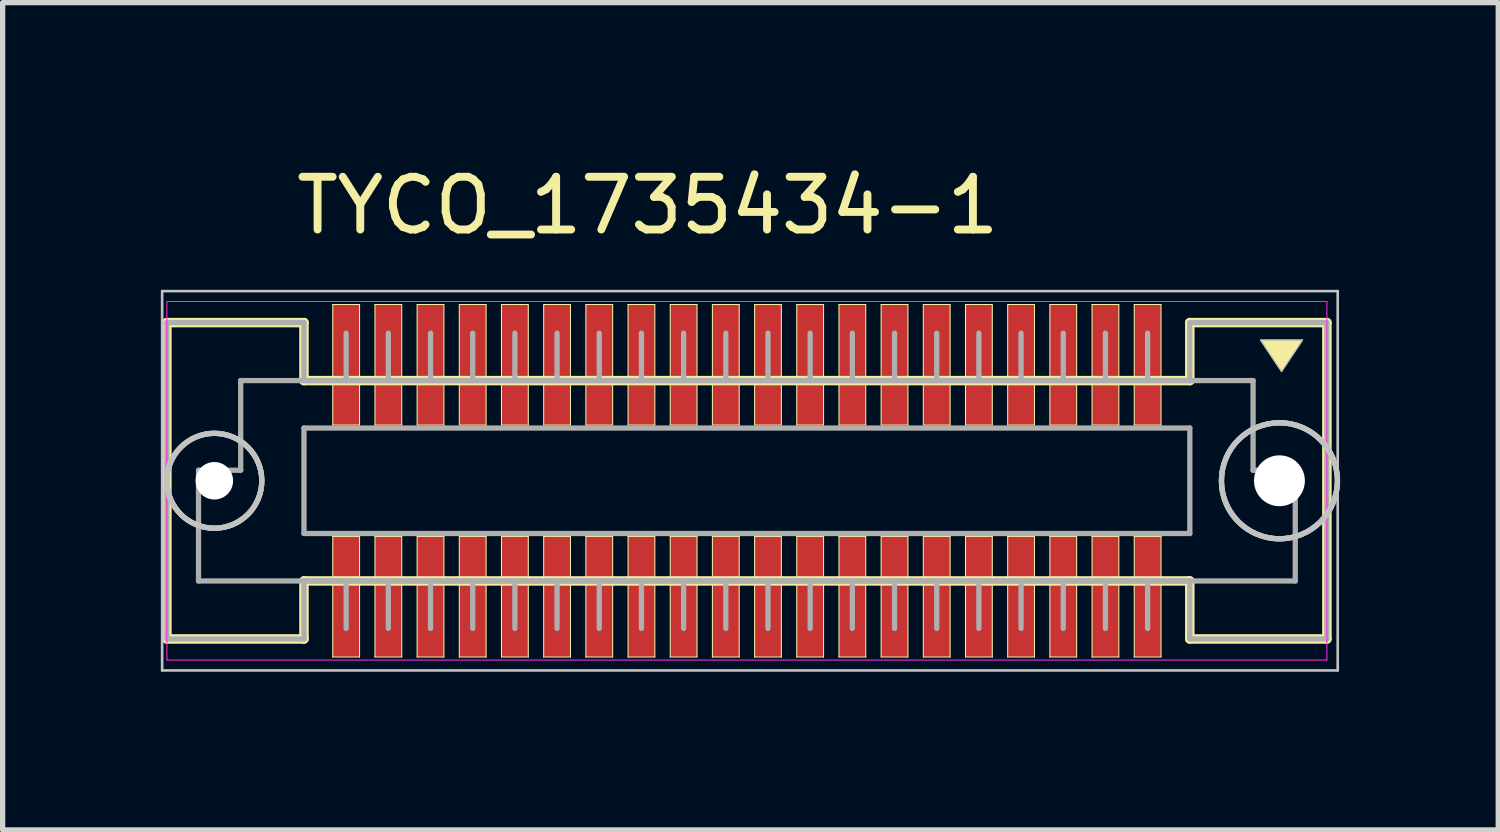
<source format=kicad_pcb>
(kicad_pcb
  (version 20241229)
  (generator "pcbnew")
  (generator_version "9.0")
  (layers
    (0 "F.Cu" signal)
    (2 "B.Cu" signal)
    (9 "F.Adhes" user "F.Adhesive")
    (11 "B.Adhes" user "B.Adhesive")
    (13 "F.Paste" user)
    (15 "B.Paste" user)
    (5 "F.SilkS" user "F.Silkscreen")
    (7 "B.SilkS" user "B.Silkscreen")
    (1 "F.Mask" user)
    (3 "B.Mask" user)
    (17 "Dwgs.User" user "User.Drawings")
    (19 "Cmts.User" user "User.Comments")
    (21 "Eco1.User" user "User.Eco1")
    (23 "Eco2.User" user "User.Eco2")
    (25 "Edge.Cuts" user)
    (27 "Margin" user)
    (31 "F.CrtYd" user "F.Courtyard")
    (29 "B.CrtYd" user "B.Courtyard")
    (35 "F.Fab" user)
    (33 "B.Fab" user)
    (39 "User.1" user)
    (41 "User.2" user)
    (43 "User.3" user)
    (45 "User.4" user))
  (footprint "TYCO_1735434-1"
    (placed yes)
    (layer "F.Cu")
    (at 11.115 6.068)
    (property "Reference" "TYCO_1735434-1" (at -1.88 -5.22 180) (layer "F.SilkS") (effects (font (size 1 1) (thickness 0.15))))
    (attr through_hole)
    (fp_line (start -11 -3) (end -8.4 -3) (stroke (width 0.18) (type solid)) (layer "F.SilkS"))
    (fp_line (start -11 3) (end -11 -3) (stroke (width 0.18) (type solid)) (layer "F.SilkS"))
    (fp_line (start -8.4 -3) (end -8.4 -1.9) (stroke (width 0.18) (type solid)) (layer "F.SilkS"))
    (fp_line (start -8.4 -1.9) (end 8.4 -1.9) (stroke (width 0.18) (type solid)) (layer "F.SilkS"))
    (fp_line (start -8.4 1.9) (end -8.4 3) (stroke (width 0.18) (type solid)) (layer "F.SilkS"))
    (fp_line (start -8.4 3) (end -11 3) (stroke (width 0.18) (type solid)) (layer "F.SilkS"))
    (fp_line (start -7.854 -3.343) (end -7.346 -3.343) (stroke (width 0.02) (type solid)) (layer "F.SilkS"))
    (fp_line (start -7.854 -1.057) (end -7.854 -3.343) (stroke (width 0.02) (type solid)) (layer "F.SilkS"))
    (fp_line (start -7.854 1.057) (end -7.346 1.057) (stroke (width 0.02) (type solid)) (layer "F.SilkS"))
    (fp_line (start -7.854 3.343) (end -7.854 1.057) (stroke (width 0.02) (type solid)) (layer "F.SilkS"))
    (fp_line (start -7.346 -3.343) (end -7.346 -1.057) (stroke (width 0.02) (type solid)) (layer "F.SilkS"))
    (fp_line (start -7.346 -1.057) (end -7.854 -1.057) (stroke (width 0.02) (type solid)) (layer "F.SilkS"))
    (fp_line (start -7.346 1.057) (end -7.346 3.343) (stroke (width 0.02) (type solid)) (layer "F.SilkS"))
    (fp_line (start -7.346 3.343) (end -7.854 3.343) (stroke (width 0.02) (type solid)) (layer "F.SilkS"))
    (fp_line (start -7.054 -3.343) (end -6.546 -3.343) (stroke (width 0.02) (type solid)) (layer "F.SilkS"))
    (fp_line (start -7.054 -1.057) (end -7.054 -3.343) (stroke (width 0.02) (type solid)) (layer "F.SilkS"))
    (fp_line (start -7.054 1.057) (end -6.546 1.057) (stroke (width 0.02) (type solid)) (layer "F.SilkS"))
    (fp_line (start -7.054 3.343) (end -7.054 1.057) (stroke (width 0.02) (type solid)) (layer "F.SilkS"))
    (fp_line (start -6.546 -3.343) (end -6.546 -1.057) (stroke (width 0.02) (type solid)) (layer "F.SilkS"))
    (fp_line (start -6.546 -1.057) (end -7.054 -1.057) (stroke (width 0.02) (type solid)) (layer "F.SilkS"))
    (fp_line (start -6.546 1.057) (end -6.546 3.343) (stroke (width 0.02) (type solid)) (layer "F.SilkS"))
    (fp_line (start -6.546 3.343) (end -7.054 3.343) (stroke (width 0.02) (type solid)) (layer "F.SilkS"))
    (fp_line (start -6.254 -3.343) (end -5.746 -3.343) (stroke (width 0.02) (type solid)) (layer "F.SilkS"))
    (fp_line (start -6.254 -1.057) (end -6.254 -3.343) (stroke (width 0.02) (type solid)) (layer "F.SilkS"))
    (fp_line (start -6.254 1.057) (end -5.746 1.057) (stroke (width 0.02) (type solid)) (layer "F.SilkS"))
    (fp_line (start -6.254 3.343) (end -6.254 1.057) (stroke (width 0.02) (type solid)) (layer "F.SilkS"))
    (fp_line (start -5.746 -3.343) (end -5.746 -1.057) (stroke (width 0.02) (type solid)) (layer "F.SilkS"))
    (fp_line (start -5.746 -1.057) (end -6.254 -1.057) (stroke (width 0.02) (type solid)) (layer "F.SilkS"))
    (fp_line (start -5.746 1.057) (end -5.746 3.343) (stroke (width 0.02) (type solid)) (layer "F.SilkS"))
    (fp_line (start -5.746 3.343) (end -6.254 3.343) (stroke (width 0.02) (type solid)) (layer "F.SilkS"))
    (fp_line (start -5.454 -3.343) (end -4.946 -3.343) (stroke (width 0.02) (type solid)) (layer "F.SilkS"))
    (fp_line (start -5.454 -1.057) (end -5.454 -3.343) (stroke (width 0.02) (type solid)) (layer "F.SilkS"))
    (fp_line (start -5.454 1.057) (end -4.946 1.057) (stroke (width 0.02) (type solid)) (layer "F.SilkS"))
    (fp_line (start -5.454 3.343) (end -5.454 1.057) (stroke (width 0.02) (type solid)) (layer "F.SilkS"))
    (fp_line (start -4.946 -3.343) (end -4.946 -1.057) (stroke (width 0.02) (type solid)) (layer "F.SilkS"))
    (fp_line (start -4.946 -1.057) (end -5.454 -1.057) (stroke (width 0.02) (type solid)) (layer "F.SilkS"))
    (fp_line (start -4.946 1.057) (end -4.946 3.343) (stroke (width 0.02) (type solid)) (layer "F.SilkS"))
    (fp_line (start -4.946 3.343) (end -5.454 3.343) (stroke (width 0.02) (type solid)) (layer "F.SilkS"))
    (fp_line (start -4.654 -3.343) (end -4.146 -3.343) (stroke (width 0.02) (type solid)) (layer "F.SilkS"))
    (fp_line (start -4.654 -1.057) (end -4.654 -3.343) (stroke (width 0.02) (type solid)) (layer "F.SilkS"))
    (fp_line (start -4.654 1.057) (end -4.146 1.057) (stroke (width 0.02) (type solid)) (layer "F.SilkS"))
    (fp_line (start -4.654 3.343) (end -4.654 1.057) (stroke (width 0.02) (type solid)) (layer "F.SilkS"))
    (fp_line (start -4.146 -3.343) (end -4.146 -1.057) (stroke (width 0.02) (type solid)) (layer "F.SilkS"))
    (fp_line (start -4.146 -1.057) (end -4.654 -1.057) (stroke (width 0.02) (type solid)) (layer "F.SilkS"))
    (fp_line (start -4.146 1.057) (end -4.146 3.343) (stroke (width 0.02) (type solid)) (layer "F.SilkS"))
    (fp_line (start -4.146 3.343) (end -4.654 3.343) (stroke (width 0.02) (type solid)) (layer "F.SilkS"))
    (fp_line (start -3.854 -3.343) (end -3.346 -3.343) (stroke (width 0.02) (type solid)) (layer "F.SilkS"))
    (fp_line (start -3.854 -1.057) (end -3.854 -3.343) (stroke (width 0.02) (type solid)) (layer "F.SilkS"))
    (fp_line (start -3.854 1.057) (end -3.346 1.057) (stroke (width 0.02) (type solid)) (layer "F.SilkS"))
    (fp_line (start -3.854 3.343) (end -3.854 1.057) (stroke (width 0.02) (type solid)) (layer "F.SilkS"))
    (fp_line (start -3.346 -3.343) (end -3.346 -1.057) (stroke (width 0.02) (type solid)) (layer "F.SilkS"))
    (fp_line (start -3.346 -1.057) (end -3.854 -1.057) (stroke (width 0.02) (type solid)) (layer "F.SilkS"))
    (fp_line (start -3.346 1.057) (end -3.346 3.343) (stroke (width 0.02) (type solid)) (layer "F.SilkS"))
    (fp_line (start -3.346 3.343) (end -3.854 3.343) (stroke (width 0.02) (type solid)) (layer "F.SilkS"))
    (fp_line (start -3.054 -3.343) (end -2.546 -3.343) (stroke (width 0.02) (type solid)) (layer "F.SilkS"))
    (fp_line (start -3.054 -1.057) (end -3.054 -3.343) (stroke (width 0.02) (type solid)) (layer "F.SilkS"))
    (fp_line (start -3.054 1.057) (end -2.546 1.057) (stroke (width 0.02) (type solid)) (layer "F.SilkS"))
    (fp_line (start -3.054 3.343) (end -3.054 1.057) (stroke (width 0.02) (type solid)) (layer "F.SilkS"))
    (fp_line (start -2.546 -3.343) (end -2.546 -1.057) (stroke (width 0.02) (type solid)) (layer "F.SilkS"))
    (fp_line (start -2.546 -1.057) (end -3.054 -1.057) (stroke (width 0.02) (type solid)) (layer "F.SilkS"))
    (fp_line (start -2.546 1.057) (end -2.546 3.343) (stroke (width 0.02) (type solid)) (layer "F.SilkS"))
    (fp_line (start -2.546 3.343) (end -3.054 3.343) (stroke (width 0.02) (type solid)) (layer "F.SilkS"))
    (fp_line (start -2.254 -3.343) (end -1.746 -3.343) (stroke (width 0.02) (type solid)) (layer "F.SilkS"))
    (fp_line (start -2.254 -1.057) (end -2.254 -3.343) (stroke (width 0.02) (type solid)) (layer "F.SilkS"))
    (fp_line (start -2.254 1.057) (end -1.746 1.057) (stroke (width 0.02) (type solid)) (layer "F.SilkS"))
    (fp_line (start -2.254 3.343) (end -2.254 1.057) (stroke (width 0.02) (type solid)) (layer "F.SilkS"))
    (fp_line (start -1.746 -3.343) (end -1.746 -1.057) (stroke (width 0.02) (type solid)) (layer "F.SilkS"))
    (fp_line (start -1.746 -1.057) (end -2.254 -1.057) (stroke (width 0.02) (type solid)) (layer "F.SilkS"))
    (fp_line (start -1.746 1.057) (end -1.746 3.343) (stroke (width 0.02) (type solid)) (layer "F.SilkS"))
    (fp_line (start -1.746 3.343) (end -2.254 3.343) (stroke (width 0.02) (type solid)) (layer "F.SilkS"))
    (fp_line (start -1.454 -3.343) (end -0.946 -3.343) (stroke (width 0.02) (type solid)) (layer "F.SilkS"))
    (fp_line (start -1.454 -1.057) (end -1.454 -3.343) (stroke (width 0.02) (type solid)) (layer "F.SilkS"))
    (fp_line (start -1.454 1.057) (end -0.946 1.057) (stroke (width 0.02) (type solid)) (layer "F.SilkS"))
    (fp_line (start -1.454 3.343) (end -1.454 1.057) (stroke (width 0.02) (type solid)) (layer "F.SilkS"))
    (fp_line (start -0.946 -3.343) (end -0.946 -1.057) (stroke (width 0.02) (type solid)) (layer "F.SilkS"))
    (fp_line (start -0.946 -1.057) (end -1.454 -1.057) (stroke (width 0.02) (type solid)) (layer "F.SilkS"))
    (fp_line (start -0.946 1.057) (end -0.946 3.343) (stroke (width 0.02) (type solid)) (layer "F.SilkS"))
    (fp_line (start -0.946 3.343) (end -1.454 3.343) (stroke (width 0.02) (type solid)) (layer "F.SilkS"))
    (fp_line (start -0.654 -3.343) (end -0.146 -3.343) (stroke (width 0.02) (type solid)) (layer "F.SilkS"))
    (fp_line (start -0.654 -1.057) (end -0.654 -3.343) (stroke (width 0.02) (type solid)) (layer "F.SilkS"))
    (fp_line (start -0.654 1.057) (end -0.146 1.057) (stroke (width 0.02) (type solid)) (layer "F.SilkS"))
    (fp_line (start -0.654 3.343) (end -0.654 1.057) (stroke (width 0.02) (type solid)) (layer "F.SilkS"))
    (fp_line (start -0.146 -3.343) (end -0.146 -1.057) (stroke (width 0.02) (type solid)) (layer "F.SilkS"))
    (fp_line (start -0.146 -1.057) (end -0.654 -1.057) (stroke (width 0.02) (type solid)) (layer "F.SilkS"))
    (fp_line (start -0.146 1.057) (end -0.146 3.343) (stroke (width 0.02) (type solid)) (layer "F.SilkS"))
    (fp_line (start -0.146 3.343) (end -0.654 3.343) (stroke (width 0.02) (type solid)) (layer "F.SilkS"))
    (fp_line (start 0.146 -3.343) (end 0.654 -3.343) (stroke (width 0.02) (type solid)) (layer "F.SilkS"))
    (fp_line (start 0.146 -1.057) (end 0.146 -3.343) (stroke (width 0.02) (type solid)) (layer "F.SilkS"))
    (fp_line (start 0.146 1.057) (end 0.654 1.057) (stroke (width 0.02) (type solid)) (layer "F.SilkS"))
    (fp_line (start 0.146 3.343) (end 0.146 1.057) (stroke (width 0.02) (type solid)) (layer "F.SilkS"))
    (fp_line (start 0.654 -3.343) (end 0.654 -1.057) (stroke (width 0.02) (type solid)) (layer "F.SilkS"))
    (fp_line (start 0.654 -1.057) (end 0.146 -1.057) (stroke (width 0.02) (type solid)) (layer "F.SilkS"))
    (fp_line (start 0.654 1.057) (end 0.654 3.343) (stroke (width 0.02) (type solid)) (layer "F.SilkS"))
    (fp_line (start 0.654 3.343) (end 0.146 3.343) (stroke (width 0.02) (type solid)) (layer "F.SilkS"))
    (fp_line (start 0.946 -3.343) (end 1.454 -3.343) (stroke (width 0.02) (type solid)) (layer "F.SilkS"))
    (fp_line (start 0.946 -1.057) (end 0.946 -3.343) (stroke (width 0.02) (type solid)) (layer "F.SilkS"))
    (fp_line (start 0.946 1.057) (end 1.454 1.057) (stroke (width 0.02) (type solid)) (layer "F.SilkS"))
    (fp_line (start 0.946 3.343) (end 0.946 1.057) (stroke (width 0.02) (type solid)) (layer "F.SilkS"))
    (fp_line (start 1.454 -3.343) (end 1.454 -1.057) (stroke (width 0.02) (type solid)) (layer "F.SilkS"))
    (fp_line (start 1.454 -1.057) (end 0.946 -1.057) (stroke (width 0.02) (type solid)) (layer "F.SilkS"))
    (fp_line (start 1.454 1.057) (end 1.454 3.343) (stroke (width 0.02) (type solid)) (layer "F.SilkS"))
    (fp_line (start 1.454 3.343) (end 0.946 3.343) (stroke (width 0.02) (type solid)) (layer "F.SilkS"))
    (fp_line (start 1.746 -3.343) (end 2.254 -3.343) (stroke (width 0.02) (type solid)) (layer "F.SilkS"))
    (fp_line (start 1.746 -1.057) (end 1.746 -3.343) (stroke (width 0.02) (type solid)) (layer "F.SilkS"))
    (fp_line (start 1.746 1.057) (end 2.254 1.057) (stroke (width 0.02) (type solid)) (layer "F.SilkS"))
    (fp_line (start 1.746 3.343) (end 1.746 1.057) (stroke (width 0.02) (type solid)) (layer "F.SilkS"))
    (fp_line (start 2.254 -3.343) (end 2.254 -1.057) (stroke (width 0.02) (type solid)) (layer "F.SilkS"))
    (fp_line (start 2.254 -1.057) (end 1.746 -1.057) (stroke (width 0.02) (type solid)) (layer "F.SilkS"))
    (fp_line (start 2.254 1.057) (end 2.254 3.343) (stroke (width 0.02) (type solid)) (layer "F.SilkS"))
    (fp_line (start 2.254 3.343) (end 1.746 3.343) (stroke (width 0.02) (type solid)) (layer "F.SilkS"))
    (fp_line (start 2.546 -3.343) (end 3.054 -3.343) (stroke (width 0.02) (type solid)) (layer "F.SilkS"))
    (fp_line (start 2.546 -1.057) (end 2.546 -3.343) (stroke (width 0.02) (type solid)) (layer "F.SilkS"))
    (fp_line (start 2.546 1.057) (end 3.054 1.057) (stroke (width 0.02) (type solid)) (layer "F.SilkS"))
    (fp_line (start 2.546 3.343) (end 2.546 1.057) (stroke (width 0.02) (type solid)) (layer "F.SilkS"))
    (fp_line (start 3.054 -3.343) (end 3.054 -1.057) (stroke (width 0.02) (type solid)) (layer "F.SilkS"))
    (fp_line (start 3.054 -1.057) (end 2.546 -1.057) (stroke (width 0.02) (type solid)) (layer "F.SilkS"))
    (fp_line (start 3.054 1.057) (end 3.054 3.343) (stroke (width 0.02) (type solid)) (layer "F.SilkS"))
    (fp_line (start 3.054 3.343) (end 2.546 3.343) (stroke (width 0.02) (type solid)) (layer "F.SilkS"))
    (fp_line (start 3.346 -3.343) (end 3.854 -3.343) (stroke (width 0.02) (type solid)) (layer "F.SilkS"))
    (fp_line (start 3.346 -1.057) (end 3.346 -3.343) (stroke (width 0.02) (type solid)) (layer "F.SilkS"))
    (fp_line (start 3.346 1.057) (end 3.854 1.057) (stroke (width 0.02) (type solid)) (layer "F.SilkS"))
    (fp_line (start 3.346 3.343) (end 3.346 1.057) (stroke (width 0.02) (type solid)) (layer "F.SilkS"))
    (fp_line (start 3.854 -3.343) (end 3.854 -1.057) (stroke (width 0.02) (type solid)) (layer "F.SilkS"))
    (fp_line (start 3.854 -1.057) (end 3.346 -1.057) (stroke (width 0.02) (type solid)) (layer "F.SilkS"))
    (fp_line (start 3.854 1.057) (end 3.854 3.343) (stroke (width 0.02) (type solid)) (layer "F.SilkS"))
    (fp_line (start 3.854 3.343) (end 3.346 3.343) (stroke (width 0.02) (type solid)) (layer "F.SilkS"))
    (fp_line (start 4.146 -3.343) (end 4.654 -3.343) (stroke (width 0.02) (type solid)) (layer "F.SilkS"))
    (fp_line (start 4.146 -1.057) (end 4.146 -3.343) (stroke (width 0.02) (type solid)) (layer "F.SilkS"))
    (fp_line (start 4.146 1.057) (end 4.654 1.057) (stroke (width 0.02) (type solid)) (layer "F.SilkS"))
    (fp_line (start 4.146 3.343) (end 4.146 1.057) (stroke (width 0.02) (type solid)) (layer "F.SilkS"))
    (fp_line (start 4.654 -3.343) (end 4.654 -1.057) (stroke (width 0.02) (type solid)) (layer "F.SilkS"))
    (fp_line (start 4.654 -1.057) (end 4.146 -1.057) (stroke (width 0.02) (type solid)) (layer "F.SilkS"))
    (fp_line (start 4.654 1.057) (end 4.654 3.343) (stroke (width 0.02) (type solid)) (layer "F.SilkS"))
    (fp_line (start 4.654 3.343) (end 4.146 3.343) (stroke (width 0.02) (type solid)) (layer "F.SilkS"))
    (fp_line (start 4.946 -3.343) (end 5.454 -3.343) (stroke (width 0.02) (type solid)) (layer "F.SilkS"))
    (fp_line (start 4.946 -1.057) (end 4.946 -3.343) (stroke (width 0.02) (type solid)) (layer "F.SilkS"))
    (fp_line (start 4.946 1.057) (end 5.454 1.057) (stroke (width 0.02) (type solid)) (layer "F.SilkS"))
    (fp_line (start 4.946 3.343) (end 4.946 1.057) (stroke (width 0.02) (type solid)) (layer "F.SilkS"))
    (fp_line (start 5.454 -3.343) (end 5.454 -1.057) (stroke (width 0.02) (type solid)) (layer "F.SilkS"))
    (fp_line (start 5.454 -1.057) (end 4.946 -1.057) (stroke (width 0.02) (type solid)) (layer "F.SilkS"))
    (fp_line (start 5.454 1.057) (end 5.454 3.343) (stroke (width 0.02) (type solid)) (layer "F.SilkS"))
    (fp_line (start 5.454 3.343) (end 4.946 3.343) (stroke (width 0.02) (type solid)) (layer "F.SilkS"))
    (fp_line (start 5.746 -3.343) (end 6.254 -3.343) (stroke (width 0.02) (type solid)) (layer "F.SilkS"))
    (fp_line (start 5.746 -1.057) (end 5.746 -3.343) (stroke (width 0.02) (type solid)) (layer "F.SilkS"))
    (fp_line (start 5.746 1.057) (end 6.254 1.057) (stroke (width 0.02) (type solid)) (layer "F.SilkS"))
    (fp_line (start 5.746 3.343) (end 5.746 1.057) (stroke (width 0.02) (type solid)) (layer "F.SilkS"))
    (fp_line (start 6.254 -3.343) (end 6.254 -1.057) (stroke (width 0.02) (type solid)) (layer "F.SilkS"))
    (fp_line (start 6.254 -1.057) (end 5.746 -1.057) (stroke (width 0.02) (type solid)) (layer "F.SilkS"))
    (fp_line (start 6.254 1.057) (end 6.254 3.343) (stroke (width 0.02) (type solid)) (layer "F.SilkS"))
    (fp_line (start 6.254 3.343) (end 5.746 3.343) (stroke (width 0.02) (type solid)) (layer "F.SilkS"))
    (fp_line (start 6.546 -3.343) (end 7.054 -3.343) (stroke (width 0.02) (type solid)) (layer "F.SilkS"))
    (fp_line (start 6.546 -1.057) (end 6.546 -3.343) (stroke (width 0.02) (type solid)) (layer "F.SilkS"))
    (fp_line (start 6.546 1.057) (end 7.054 1.057) (stroke (width 0.02) (type solid)) (layer "F.SilkS"))
    (fp_line (start 6.546 3.343) (end 6.546 1.057) (stroke (width 0.02) (type solid)) (layer "F.SilkS"))
    (fp_line (start 7.054 -3.343) (end 7.054 -1.057) (stroke (width 0.02) (type solid)) (layer "F.SilkS"))
    (fp_line (start 7.054 -1.057) (end 6.546 -1.057) (stroke (width 0.02) (type solid)) (layer "F.SilkS"))
    (fp_line (start 7.054 1.057) (end 7.054 3.343) (stroke (width 0.02) (type solid)) (layer "F.SilkS"))
    (fp_line (start 7.054 3.343) (end 6.546 3.343) (stroke (width 0.02) (type solid)) (layer "F.SilkS"))
    (fp_line (start 7.346 -3.343) (end 7.854 -3.343) (stroke (width 0.02) (type solid)) (layer "F.SilkS"))
    (fp_line (start 7.346 -1.057) (end 7.346 -3.343) (stroke (width 0.02) (type solid)) (layer "F.SilkS"))
    (fp_line (start 7.346 1.057) (end 7.854 1.057) (stroke (width 0.02) (type solid)) (layer "F.SilkS"))
    (fp_line (start 7.346 3.343) (end 7.346 1.057) (stroke (width 0.02) (type solid)) (layer "F.SilkS"))
    (fp_line (start 7.854 -3.343) (end 7.854 -1.057) (stroke (width 0.02) (type solid)) (layer "F.SilkS"))
    (fp_line (start 7.854 -1.057) (end 7.346 -1.057) (stroke (width 0.02) (type solid)) (layer "F.SilkS"))
    (fp_line (start 7.854 1.057) (end 7.854 3.343) (stroke (width 0.02) (type solid)) (layer "F.SilkS"))
    (fp_line (start 7.854 3.343) (end 7.346 3.343) (stroke (width 0.02) (type solid)) (layer "F.SilkS"))
    (fp_line (start 8.4 -3) (end 11 -3) (stroke (width 0.18) (type solid)) (layer "F.SilkS"))
    (fp_line (start 8.4 -1.9) (end 8.4 -3) (stroke (width 0.18) (type solid)) (layer "F.SilkS"))
    (fp_line (start 8.4 1.9) (end -8.4 1.9) (stroke (width 0.18) (type solid)) (layer "F.SilkS"))
    (fp_line (start 8.4 3) (end 8.4 1.9) (stroke (width 0.18) (type solid)) (layer "F.SilkS"))
    (fp_line (start 11 -3) (end 11 3) (stroke (width 0.18) (type solid)) (layer "F.SilkS"))
    (fp_line (start 11 3) (end 8.4 3) (stroke (width 0.18) (type solid)) (layer "F.SilkS"))
    (fp_poly (pts (xy 10.54 -2.67) (xy 10.14 -2.07) (xy 9.74 -2.67) (xy 10.54 -2.67)) (stroke (width 0.02) (type solid)) (fill yes) (layer "F.SilkS"))
    (fp_line (start -11.09 -3.597) (end 11.205 -3.597) (stroke (width 0.05) (type solid)) (layer "Dwgs.User"))
    (fp_line (start -11.09 3.597) (end -11.09 -3.597) (stroke (width 0.05) (type solid)) (layer "Dwgs.User"))
    (fp_line (start 11.205 -3.597) (end 11.205 3.597) (stroke (width 0.05) (type solid)) (layer "Dwgs.User"))
    (fp_line (start 11.205 3.597) (end -11.09 3.597) (stroke (width 0.05) (type solid)) (layer "Dwgs.User"))
    (fp_arc (start -9.2 0) (mid -11 0) (end -9.2 0) (stroke (width 0.1) (type solid)) (layer "Dwgs.User"))
    (fp_arc (start -9.2 0) (mid -11 0) (end -9.2 0) (stroke (width 0.1) (type solid)) (layer "Dwgs.User"))
    (fp_arc (start -9.2 0) (mid -11 0) (end -9.2 0) (stroke (width 0.1) (type solid)) (layer "Dwgs.User"))
    (fp_arc (start 11.2 0) (mid 9 0) (end 11.2 0) (stroke (width 0.1) (type solid)) (layer "Dwgs.User"))
    (fp_arc (start 11.2 0) (mid 9 0) (end 11.2 0) (stroke (width 0.1) (type solid)) (layer "Dwgs.User"))
    (fp_arc (start 11.2 0) (mid 9 0) (end 11.2 0) (stroke (width 0.1) (type solid)) (layer "Dwgs.User"))
    (fp_line (start -11 -3.4) (end 11 -3.4) (stroke (width 0.02) (type solid)) (layer "F.CrtYd"))
    (fp_line (start -11 3.4) (end -11 -3.4) (stroke (width 0.02) (type solid)) (layer "F.CrtYd"))
    (fp_line (start 11 -3.4) (end 11 3.4) (stroke (width 0.02) (type solid)) (layer "F.CrtYd"))
    (fp_line (start 11 3.4) (end -11 3.4) (stroke (width 0.02) (type solid)) (layer "F.CrtYd"))
    (fp_line (start -11 -3) (end -8.4 -3) (stroke (width 0.1) (type solid)) (layer "F.Fab"))
    (fp_line (start -11 3) (end -11 -3) (stroke (width 0.1) (type solid)) (layer "F.Fab"))
    (fp_line (start -10.4 -0.2) (end -9.6 -0.2) (stroke (width 0.1) (type solid)) (layer "F.Fab"))
    (fp_line (start -10.4 1.9) (end -10.4 -0.2) (stroke (width 0.1) (type solid)) (layer "F.Fab"))
    (fp_line (start -9.6 -1.9) (end 9.6 -1.9) (stroke (width 0.1) (type solid)) (layer "F.Fab"))
    (fp_line (start -9.6 -0.2) (end -9.6 -1.9) (stroke (width 0.1) (type solid)) (layer "F.Fab"))
    (fp_line (start -8.4 -3) (end -8.4 -1.9) (stroke (width 0.1) (type solid)) (layer "F.Fab"))
    (fp_line (start -8.4 -1.9) (end 8.4 -1.9) (stroke (width 0.1) (type solid)) (layer "F.Fab"))
    (fp_line (start -8.4 -1) (end 8.4 -1) (stroke (width 0.1) (type solid)) (layer "F.Fab"))
    (fp_line (start -8.4 1) (end -8.4 -1) (stroke (width 0.1) (type solid)) (layer "F.Fab"))
    (fp_line (start -8.4 1.9) (end -8.4 3) (stroke (width 0.1) (type solid)) (layer "F.Fab"))
    (fp_line (start -8.4 3) (end -11 3) (stroke (width 0.1) (type solid)) (layer "F.Fab"))
    (fp_line (start -7.6 -1.9) (end -7.6 -2.8) (stroke (width 0.1) (type solid)) (layer "F.Fab"))
    (fp_line (start -7.6 1.9) (end -7.6 2.8) (stroke (width 0.1) (type solid)) (layer "F.Fab"))
    (fp_line (start -6.8 -1.9) (end -6.8 -2.8) (stroke (width 0.1) (type solid)) (layer "F.Fab"))
    (fp_line (start -6.8 1.9) (end -6.8 2.8) (stroke (width 0.1) (type solid)) (layer "F.Fab"))
    (fp_line (start -6 -1.9) (end -6 -2.8) (stroke (width 0.1) (type solid)) (layer "F.Fab"))
    (fp_line (start -6 1.9) (end -6 2.8) (stroke (width 0.1) (type solid)) (layer "F.Fab"))
    (fp_line (start -5.2 -1.9) (end -5.2 -2.8) (stroke (width 0.1) (type solid)) (layer "F.Fab"))
    (fp_line (start -5.2 1.9) (end -5.2 2.8) (stroke (width 0.1) (type solid)) (layer "F.Fab"))
    (fp_line (start -4.4 -1.9) (end -4.4 -2.8) (stroke (width 0.1) (type solid)) (layer "F.Fab"))
    (fp_line (start -4.4 1.9) (end -4.4 2.8) (stroke (width 0.1) (type solid)) (layer "F.Fab"))
    (fp_line (start -3.6 -1.9) (end -3.6 -2.8) (stroke (width 0.1) (type solid)) (layer "F.Fab"))
    (fp_line (start -3.6 1.9) (end -3.6 2.8) (stroke (width 0.1) (type solid)) (layer "F.Fab"))
    (fp_line (start -2.8 -1.9) (end -2.8 -2.8) (stroke (width 0.1) (type solid)) (layer "F.Fab"))
    (fp_line (start -2.8 1.9) (end -2.8 2.8) (stroke (width 0.1) (type solid)) (layer "F.Fab"))
    (fp_line (start -2 -1.9) (end -2 -2.8) (stroke (width 0.1) (type solid)) (layer "F.Fab"))
    (fp_line (start -2 1.9) (end -2 2.8) (stroke (width 0.1) (type solid)) (layer "F.Fab"))
    (fp_line (start -1.2 -1.9) (end -1.2 -2.8) (stroke (width 0.1) (type solid)) (layer "F.Fab"))
    (fp_line (start -1.2 1.9) (end -1.2 2.8) (stroke (width 0.1) (type solid)) (layer "F.Fab"))
    (fp_line (start -0.4 -1.9) (end -0.4 -2.8) (stroke (width 0.1) (type solid)) (layer "F.Fab"))
    (fp_line (start -0.4 1.9) (end -0.4 2.8) (stroke (width 0.1) (type solid)) (layer "F.Fab"))
    (fp_line (start 0.4 -1.9) (end 0.4 -2.8) (stroke (width 0.1) (type solid)) (layer "F.Fab"))
    (fp_line (start 0.4 1.9) (end 0.4 2.8) (stroke (width 0.1) (type solid)) (layer "F.Fab"))
    (fp_line (start 1.2 -1.9) (end 1.2 -2.8) (stroke (width 0.1) (type solid)) (layer "F.Fab"))
    (fp_line (start 1.2 1.9) (end 1.2 2.8) (stroke (width 0.1) (type solid)) (layer "F.Fab"))
    (fp_line (start 2 -1.9) (end 2 -2.8) (stroke (width 0.1) (type solid)) (layer "F.Fab"))
    (fp_line (start 2 1.9) (end 2 2.8) (stroke (width 0.1) (type solid)) (layer "F.Fab"))
    (fp_line (start 2.8 -1.9) (end 2.8 -2.8) (stroke (width 0.1) (type solid)) (layer "F.Fab"))
    (fp_line (start 2.8 1.9) (end 2.8 2.8) (stroke (width 0.1) (type solid)) (layer "F.Fab"))
    (fp_line (start 3.6 -1.9) (end 3.6 -2.8) (stroke (width 0.1) (type solid)) (layer "F.Fab"))
    (fp_line (start 3.6 1.9) (end 3.6 2.8) (stroke (width 0.1) (type solid)) (layer "F.Fab"))
    (fp_line (start 4.4 -1.9) (end 4.4 -2.8) (stroke (width 0.1) (type solid)) (layer "F.Fab"))
    (fp_line (start 4.4 1.9) (end 4.4 2.8) (stroke (width 0.1) (type solid)) (layer "F.Fab"))
    (fp_line (start 5.2 -1.9) (end 5.2 -2.8) (stroke (width 0.1) (type solid)) (layer "F.Fab"))
    (fp_line (start 5.2 1.9) (end 5.2 2.8) (stroke (width 0.1) (type solid)) (layer "F.Fab"))
    (fp_line (start 6 -1.9) (end 6 -2.8) (stroke (width 0.1) (type solid)) (layer "F.Fab"))
    (fp_line (start 6 1.9) (end 6 2.8) (stroke (width 0.1) (type solid)) (layer "F.Fab"))
    (fp_line (start 6.8 -1.9) (end 6.8 -2.8) (stroke (width 0.1) (type solid)) (layer "F.Fab"))
    (fp_line (start 6.8 1.9) (end 6.8 2.8) (stroke (width 0.1) (type solid)) (layer "F.Fab"))
    (fp_line (start 7.6 -1.9) (end 7.6 -2.8) (stroke (width 0.1) (type solid)) (layer "F.Fab"))
    (fp_line (start 7.6 1.9) (end 7.6 2.8) (stroke (width 0.1) (type solid)) (layer "F.Fab"))
    (fp_line (start 8.4 -3) (end 11 -3) (stroke (width 0.1) (type solid)) (layer "F.Fab"))
    (fp_line (start 8.4 -1.9) (end 8.4 -3) (stroke (width 0.1) (type solid)) (layer "F.Fab"))
    (fp_line (start 8.4 -1) (end 8.4 1) (stroke (width 0.1) (type solid)) (layer "F.Fab"))
    (fp_line (start 8.4 1) (end -8.4 1) (stroke (width 0.1) (type solid)) (layer "F.Fab"))
    (fp_line (start 8.4 1.9) (end -8.4 1.9) (stroke (width 0.1) (type solid)) (layer "F.Fab"))
    (fp_line (start 8.4 3) (end 8.4 1.9) (stroke (width 0.1) (type solid)) (layer "F.Fab"))
    (fp_line (start 9.6 -1.9) (end 9.6 -0.2) (stroke (width 0.1) (type solid)) (layer "F.Fab"))
    (fp_line (start 9.6 -0.2) (end 10.4 -0.2) (stroke (width 0.1) (type solid)) (layer "F.Fab"))
    (fp_line (start 10.4 -0.2) (end 10.4 1.9) (stroke (width 0.1) (type solid)) (layer "F.Fab"))
    (fp_line (start 10.4 1.9) (end -10.4 1.9) (stroke (width 0.1) (type solid)) (layer "F.Fab"))
    (fp_line (start 11 -3) (end 11 3) (stroke (width 0.1) (type solid)) (layer "F.Fab"))
    (fp_line (start 11 3) (end 8.4 3) (stroke (width 0.1) (type solid)) (layer "F.Fab"))
    (fp_poly (pts (xy 10.54 -2.67) (xy 10.14 -2.07) (xy 9.74 -2.67) (xy 10.54 -2.67)) (stroke (width 0.02) (type solid)) (fill no) (layer "F.Fab"))
    (pad "" np_thru_hole circle (at -10.1 0) (size 0.711 0.711) (drill 0.8) (layers "*.Cu" "*.Mask"))
    (pad "" np_thru_hole circle (at 10.1 0) (size 0.965 0.965) (drill 1.2) (layers "*.Cu" "*.Mask"))
    (pad "1" smd rect (at 7.6 2.2) (size 0.508 2.286) (layers "F.Cu" "F.Mask" "F.Paste"))
    (pad "2" smd rect (at 6.8 2.2) (size 0.508 2.286) (layers "F.Cu" "F.Mask" "F.Paste"))
    (pad "3" smd rect (at 6 2.2) (size 0.508 2.286) (layers "F.Cu" "F.Mask" "F.Paste"))
    (pad "4" smd rect (at 5.2 2.2) (size 0.508 2.286) (layers "F.Cu" "F.Mask" "F.Paste"))
    (pad "5" smd rect (at 4.4 2.2) (size 0.508 2.286) (layers "F.Cu" "F.Mask" "F.Paste"))
    (pad "6" smd rect (at 3.6 2.2) (size 0.508 2.286) (layers "F.Cu" "F.Mask" "F.Paste"))
    (pad "7" smd rect (at 2.8 2.2) (size 0.508 2.286) (layers "F.Cu" "F.Mask" "F.Paste"))
    (pad "8" smd rect (at 2 2.2) (size 0.508 2.286) (layers "F.Cu" "F.Mask" "F.Paste"))
    (pad "9" smd rect (at 1.2 2.2) (size 0.508 2.286) (layers "F.Cu" "F.Mask" "F.Paste"))
    (pad "10" smd rect (at 0.4 2.2) (size 0.508 2.286) (layers "F.Cu" "F.Mask" "F.Paste"))
    (pad "11" smd rect (at -0.4 2.2) (size 0.508 2.286) (layers "F.Cu" "F.Mask" "F.Paste"))
    (pad "12" smd rect (at -1.2 2.2) (size 0.508 2.286) (layers "F.Cu" "F.Mask" "F.Paste"))
    (pad "13" smd rect (at -2 2.2) (size 0.508 2.286) (layers "F.Cu" "F.Mask" "F.Paste"))
    (pad "14" smd rect (at -2.8 2.2) (size 0.508 2.286) (layers "F.Cu" "F.Mask" "F.Paste"))
    (pad "15" smd rect (at -3.6 2.2) (size 0.508 2.286) (layers "F.Cu" "F.Mask" "F.Paste"))
    (pad "16" smd rect (at -4.4 2.2) (size 0.508 2.286) (layers "F.Cu" "F.Mask" "F.Paste"))
    (pad "17" smd rect (at -5.2 2.2) (size 0.508 2.286) (layers "F.Cu" "F.Mask" "F.Paste"))
    (pad "18" smd rect (at -6 2.2) (size 0.508 2.286) (layers "F.Cu" "F.Mask" "F.Paste"))
    (pad "19" smd rect (at -6.8 2.2) (size 0.508 2.286) (layers "F.Cu" "F.Mask" "F.Paste"))
    (pad "20" smd rect (at -7.6 2.2) (size 0.508 2.286) (layers "F.Cu" "F.Mask" "F.Paste"))
    (pad "21" smd rect (at 7.6 -2.2) (size 0.508 2.286) (layers "F.Cu" "F.Mask" "F.Paste"))
    (pad "22" smd rect (at 6.8 -2.2) (size 0.508 2.286) (layers "F.Cu" "F.Mask" "F.Paste"))
    (pad "23" smd rect (at 6 -2.2) (size 0.508 2.286) (layers "F.Cu" "F.Mask" "F.Paste"))
    (pad "24" smd rect (at 5.2 -2.2) (size 0.508 2.286) (layers "F.Cu" "F.Mask" "F.Paste"))
    (pad "25" smd rect (at 4.4 -2.2) (size 0.508 2.286) (layers "F.Cu" "F.Mask" "F.Paste"))
    (pad "26" smd rect (at 3.6 -2.2) (size 0.508 2.286) (layers "F.Cu" "F.Mask" "F.Paste"))
    (pad "27" smd rect (at 2.8 -2.2) (size 0.508 2.286) (layers "F.Cu" "F.Mask" "F.Paste"))
    (pad "28" smd rect (at 2 -2.2) (size 0.508 2.286) (layers "F.Cu" "F.Mask" "F.Paste"))
    (pad "29" smd rect (at 1.2 -2.2) (size 0.508 2.286) (layers "F.Cu" "F.Mask" "F.Paste"))
    (pad "30" smd rect (at 0.4 -2.2) (size 0.508 2.286) (layers "F.Cu" "F.Mask" "F.Paste"))
    (pad "31" smd rect (at -0.4 -2.2) (size 0.508 2.286) (layers "F.Cu" "F.Mask" "F.Paste"))
    (pad "32" smd rect (at -1.2 -2.2) (size 0.508 2.286) (layers "F.Cu" "F.Mask" "F.Paste"))
    (pad "33" smd rect (at -2 -2.2) (size 0.508 2.286) (layers "F.Cu" "F.Mask" "F.Paste"))
    (pad "34" smd rect (at -2.8 -2.2) (size 0.508 2.286) (layers "F.Cu" "F.Mask" "F.Paste"))
    (pad "35" smd rect (at -3.6 -2.2) (size 0.508 2.286) (layers "F.Cu" "F.Mask" "F.Paste"))
    (pad "36" smd rect (at -4.4 -2.2) (size 0.508 2.286) (layers "F.Cu" "F.Mask" "F.Paste"))
    (pad "37" smd rect (at -5.2 -2.2) (size 0.508 2.286) (layers "F.Cu" "F.Mask" "F.Paste"))
    (pad "38" smd rect (at -6 -2.2) (size 0.508 2.286) (layers "F.Cu" "F.Mask" "F.Paste"))
    (pad "39" smd rect (at -6.8 -2.2) (size 0.508 2.286) (layers "F.Cu" "F.Mask" "F.Paste"))
    (pad "40" smd rect (at -7.6 -2.2) (size 0.508 2.286) (layers "F.Cu" "F.Mask" "F.Paste")))
  (gr_rect
    (start -3 -3)
    (end 25.365 12.69)
    (stroke (width 0.1) (type default))
    (fill no)
    (layer "Edge.Cuts")))
</source>
